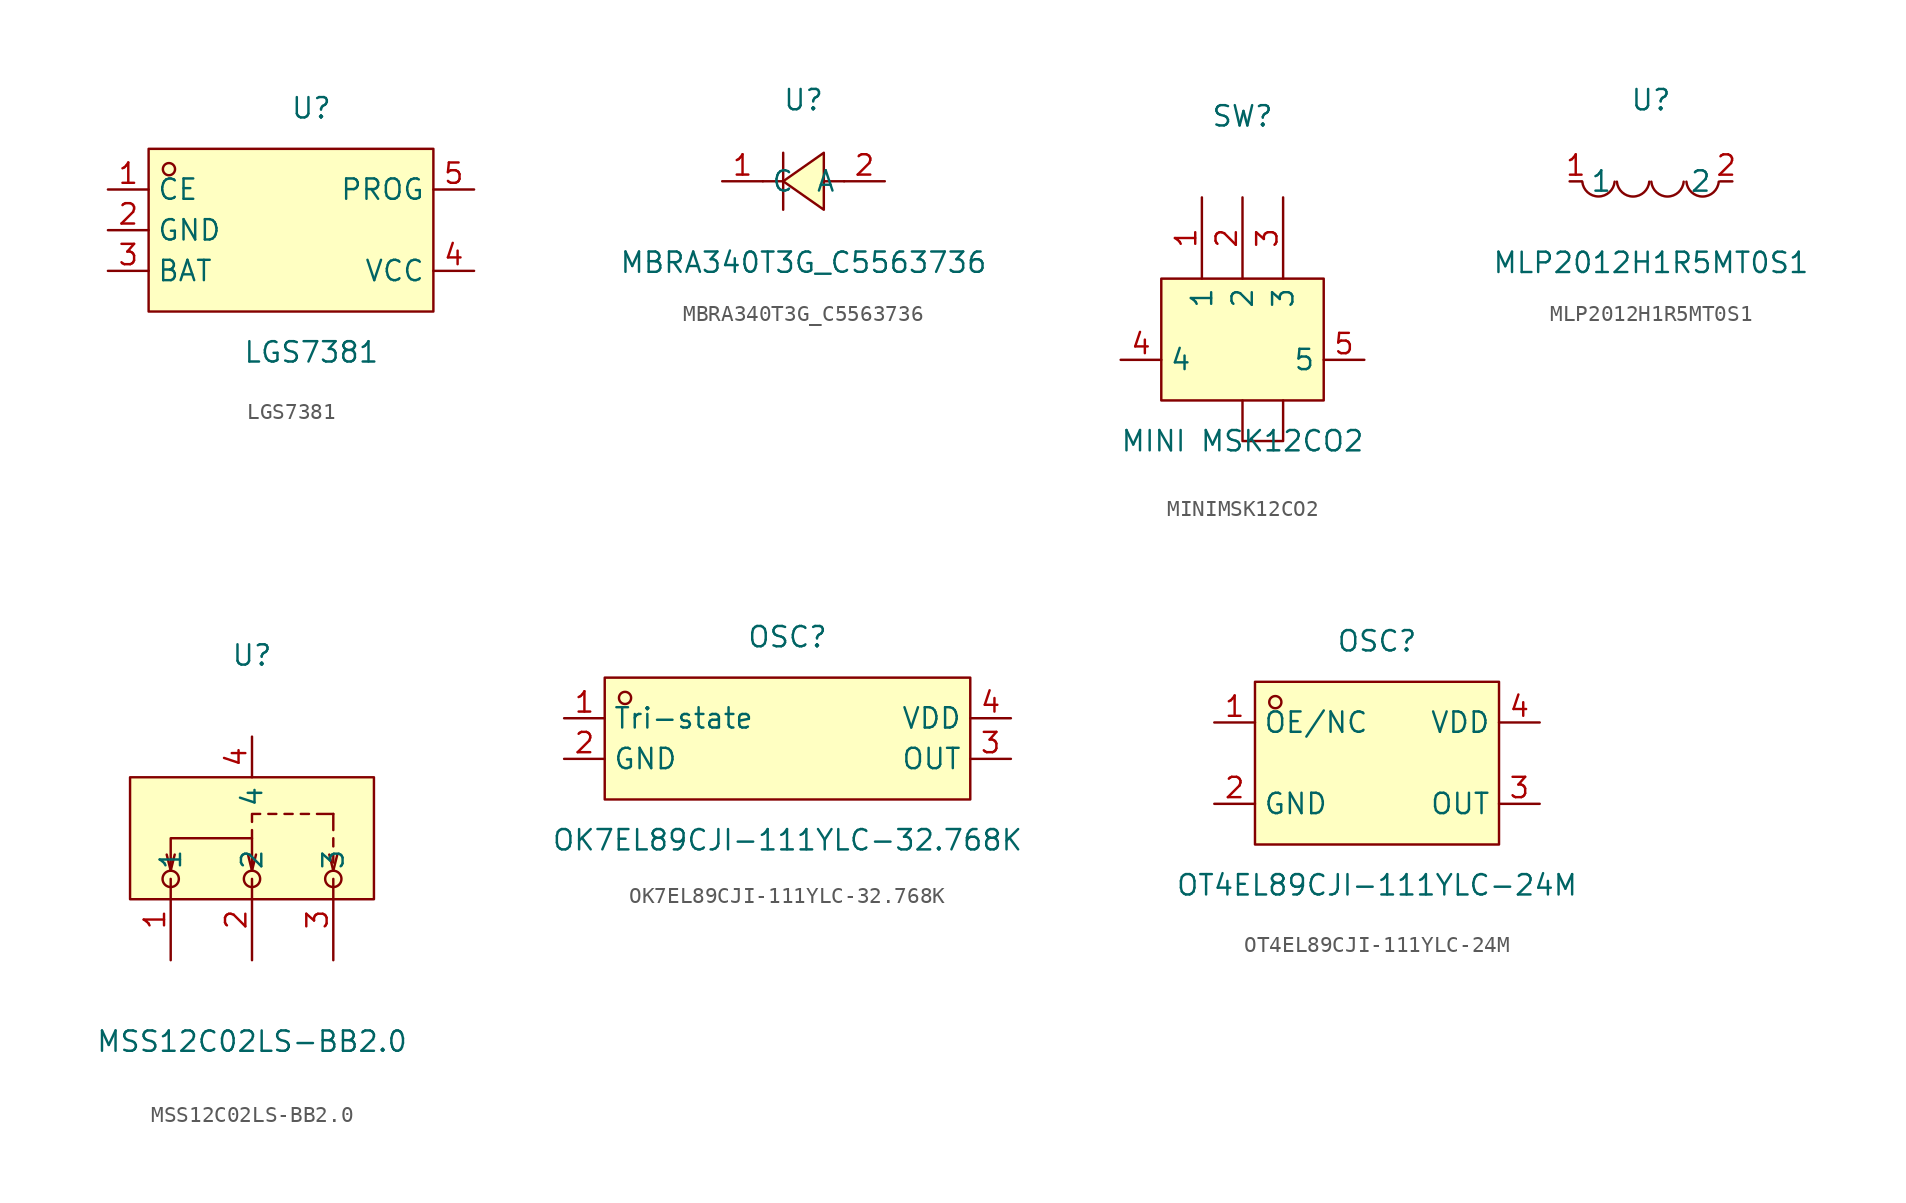
<source format=kicad_sym>
(kicad_symbol_lib
  (version 20211014)
  (generator https://github.com/uPesy/easyeda2kicad.py)
  (symbol "LGS7381"
    (property "Reference" "U"
      (at 0 7.62 0)
      (effects (font (size 1.27 1.27))))
    (property "Value" "LGS7381"
      (at 0 -7.62 0)
      (effects (font (size 1.27 1.27))))
    (symbol "LGS7381_0_1"
      (rectangle (start -10.16 5.08) (end 7.62 -5.08) (stroke (width 0) (type default) (color 0 0 0 0)) (fill (type background)))
      (circle (center -8.89 3.81) (radius 0.38) (stroke (width 0) (type default) (color 0 0 0 0)) (fill (type none)))
      (pin unspecified line (at 10.16 2.54 180) (length 2.54) (name "PROG" (effects (font (size 1.27 1.27)))) (number "5" (effects (font (size 1.27 1.27)))))
      (pin unspecified line (at 10.16 -2.54 180) (length 2.54) (name "VCC" (effects (font (size 1.27 1.27)))) (number "4" (effects (font (size 1.27 1.27)))))
      (pin unspecified line (at -12.70 -2.54 0) (length 2.54) (name "BAT" (effects (font (size 1.27 1.27)))) (number "3" (effects (font (size 1.27 1.27)))))
      (pin unspecified line (at -12.70 -0.00 0) (length 2.54) (name "GND" (effects (font (size 1.27 1.27)))) (number "2" (effects (font (size 1.27 1.27)))))
      (pin unspecified line (at -12.70 2.54 0) (length 2.54) (name "CE" (effects (font (size 1.27 1.27)))) (number "1" (effects (font (size 1.27 1.27)))))))
  (symbol "MBRA340T3G_C5563736"
    (property "Reference" "U"
      (at 0 5.08 0)
      (effects (font (size 1.27 1.27))))
    (property "Value" "MBRA340T3G_C5563736"
      (at 0 -5.08 0)
      (effects (font (size 1.27 1.27))))
    (symbol "MBRA340T3G_C5563736_0_1"
      (polyline (pts (xy 1.27 1.78) (xy -1.27 -0.00) (xy 1.27 -1.78) (xy 1.27 1.78)) (stroke (width 0) (type default) (color 0 0 0 0)) (fill (type background)))
      (polyline (pts (xy -1.27 1.78) (xy -1.27 1.78) (xy -1.27 1.78) (xy -1.27 -1.78) (xy -1.27 -1.78) (xy -1.27 -1.78)) (stroke (width 0) (type default) (color 0 0 0 0)) (fill (type none)))
      (polyline (pts (xy 2.54 -0.00) (xy 1.27 -0.00)) (stroke (width 0) (type default) (color 0 0 0 0)) (fill (type none)))
      (polyline (pts (xy -1.27 -0.00) (xy -2.54 -0.00)) (stroke (width 0) (type default) (color 0 0 0 0)) (fill (type none)))
      (pin unspecified line (at 5.08 -0.00 180) (length 2.54) (name "A" (effects (font (size 1.27 1.27)))) (number "2" (effects (font (size 1.27 1.27)))))
      (pin unspecified line (at -5.08 -0.00 0) (length 2.54) (name "C" (effects (font (size 1.27 1.27)))) (number "1" (effects (font (size 1.27 1.27)))))))
  (symbol "MINIMSK12CO2"
    (property "Reference" "SW"
      (at 0 12.70 0)
      (effects (font (size 1.27 1.27))))
    (property "Value" "MINI MSK12CO2"
      (at 0 -7.62 0)
      (effects (font (size 1.27 1.27))))
    (symbol "MINIMSK12CO2_0_1"
      (rectangle (start -5.08 2.54) (end 5.08 -5.08) (stroke (width 0) (type default) (color 0 0 0 0)) (fill (type background)))
      (polyline (pts (xy 0.00 -5.08) (xy 0.00 -7.62) (xy 2.54 -7.62) (xy 2.54 -5.08)) (stroke (width 0) (type default) (color 0 0 0 0)) (fill (type none)))
      (pin unspecified line (at 7.62 -2.54 180) (length 2.54) (name "5" (effects (font (size 1.27 1.27)))) (number "5" (effects (font (size 1.27 1.27)))))
      (pin unspecified line (at -7.62 -2.54 0) (length 2.54) (name "4" (effects (font (size 1.27 1.27)))) (number "4" (effects (font (size 1.27 1.27)))))
      (pin unspecified line (at 2.54 7.62 270) (length 5.08) (name "3" (effects (font (size 1.27 1.27)))) (number "3" (effects (font (size 1.27 1.27)))))
      (pin unspecified line (at 0.00 7.62 270) (length 5.08) (name "2" (effects (font (size 1.27 1.27)))) (number "2" (effects (font (size 1.27 1.27)))))
      (pin unspecified line (at -2.54 7.62 270) (length 5.08) (name "1" (effects (font (size 1.27 1.27)))) (number "1" (effects (font (size 1.27 1.27)))))))
  (symbol "MLP2012H1R5MT0S1"
    (property "Reference" "U"
      (at 0 5.08 0)
      (effects (font (size 1.27 1.27))))
    (property "Value" "MLP2012H1R5MT0S1"
      (at 0 -5.08 0)
      (effects (font (size 1.27 1.27))))
    (symbol "MLP2012H1R5MT0S1_0_1"
      (arc (start 2.21 -0.02) (mid 3.68 -1.01) (end 4.23 -0.02) (stroke (width 0) (type default) (color 0 0 0 0)) (fill (type none)))
      (arc (start 0.02 -0.02) (mid 1.49 -1.01) (end 2.04 -0.02) (stroke (width 0) (type default) (color 0 0 0 0)) (fill (type none)))
      (arc (start -2.13 -0.02) (mid -0.66 -1.01) (end -0.11 -0.02) (stroke (width 0) (type default) (color 0 0 0 0)) (fill (type none)))
      (arc (start -4.29 -0.02) (mid -2.81 -1.01) (end -2.27 -0.02) (stroke (width 0) (type default) (color 0 0 0 0)) (fill (type none)))
      (pin unspecified line (at -5.08 -0.00 0) (length 0.762) (name "1" (effects (font (size 1.27 1.27)))) (number "1" (effects (font (size 1.27 1.27)))))
      (pin unspecified line (at 5.08 -0.00 180) (length 0.762) (name "2" (effects (font (size 1.27 1.27)))) (number "2" (effects (font (size 1.27 1.27)))))))
  (symbol "MSS12C02LS-BB2.0"
    (property "Reference" "U"
      (at 0 12.70 0)
      (effects (font (size 1.27 1.27))))
    (property "Value" "MSS12C02LS-BB2.0"
      (at 0 -11.43 0)
      (effects (font (size 1.27 1.27))))
    (symbol "MSS12C02LS-BB2.0_0_1"
      (rectangle (start -7.62 5.08) (end 7.62 -2.54) (stroke (width 0) (type default) (color 0 0 0 0)) (fill (type background)))
      (circle (center 5.08 -1.27) (radius 0.51) (stroke (width 0) (type default) (color 0 0 0 0)) (fill (type none)))
      (circle (center 0.00 -1.27) (radius 0.51) (stroke (width 0) (type default) (color 0 0 0 0)) (fill (type none)))
      (circle (center -5.08 -1.27) (radius 0.51) (stroke (width 0) (type default) (color 0 0 0 0)) (fill (type none)))
      (polyline (pts (xy 5.08 -0.76) (xy 4.83 0.25)) (stroke (width 0) (type default) (color 0 0 0 0)) (fill (type none)))
      (polyline (pts (xy -5.08 -0.76) (xy -5.33 0.25)) (stroke (width 0) (type default) (color 0 0 0 0)) (fill (type none)))
      (polyline (pts (xy -5.08 -0.76) (xy -4.83 0.25)) (stroke (width 0) (type default) (color 0 0 0 0)) (fill (type none)))
      (polyline (pts (xy 0.00 -0.76) (xy -0.25 0.25)) (stroke (width 0) (type default) (color 0 0 0 0)) (fill (type none)))
      (polyline (pts (xy 0.00 -0.76) (xy 0.25 0.25)) (stroke (width 0) (type default) (color 0 0 0 0)) (fill (type none)))
      (polyline (pts (xy -5.08 -0.76) (xy -5.08 1.27) (xy 0.00 1.27) (xy 0.00 -0.76)) (stroke (width 0) (type default) (color 0 0 0 0)) (fill (type none)))
      (polyline (pts (xy 5.08 -0.76) (xy 5.33 0.25)) (stroke (width 0) (type default) (color 0 0 0 0)) (fill (type none)))
      (polyline (pts (xy 0.00 1.27) (xy 0.00 1.78)) (stroke (width 0) (type default) (color 0 0 0 0)) (fill (type none)))
      (polyline (pts (xy 0.00 2.29) (xy 0.00 2.79) (xy 0.51 2.79)) (stroke (width 0) (type default) (color 0 0 0 0)) (fill (type none)))
      (polyline (pts (xy 1.02 2.79) (xy 1.52 2.79)) (stroke (width 0) (type default) (color 0 0 0 0)) (fill (type none)))
      (polyline (pts (xy 2.03 2.79) (xy 2.54 2.79)) (stroke (width 0) (type default) (color 0 0 0 0)) (fill (type none)))
      (polyline (pts (xy 3.05 2.79) (xy 3.56 2.79)) (stroke (width 0) (type default) (color 0 0 0 0)) (fill (type none)))
      (polyline (pts (xy 4.06 2.79) (xy 5.08 2.79)) (stroke (width 0) (type default) (color 0 0 0 0)) (fill (type none)))
      (polyline (pts (xy 5.08 2.79) (xy 5.08 1.78)) (stroke (width 0) (type default) (color 0 0 0 0)) (fill (type none)))
      (polyline (pts (xy 5.08 -0.25) (xy 5.08 0.25)) (stroke (width 0) (type default) (color 0 0 0 0)) (fill (type none)))
      (polyline (pts (xy 5.08 0.76) (xy 5.08 1.27)) (stroke (width 0) (type default) (color 0 0 0 0)) (fill (type none)))
      (pin unspecified line (at 0.00 7.62 270) (length 2.54) (name "4" (effects (font (size 1.27 1.27)))) (number "4" (effects (font (size 1.27 1.27)))))
      (pin unspecified line (at 5.08 -6.35 90) (length 5.08) (name "3" (effects (font (size 1.27 1.27)))) (number "3" (effects (font (size 1.27 1.27)))))
      (pin unspecified line (at 0.00 -6.35 90) (length 5.08) (name "2" (effects (font (size 1.27 1.27)))) (number "2" (effects (font (size 1.27 1.27)))))
      (pin unspecified line (at -5.08 -6.35 90) (length 5.08) (name "1" (effects (font (size 1.27 1.27)))) (number "1" (effects (font (size 1.27 1.27)))))))
  (symbol "OK7EL89CJI-111YLC-32.768K"
    (property "Reference" "OSC"
      (at 0 6.35 0)
      (effects (font (size 1.27 1.27))))
    (property "Value" "OK7EL89CJI-111YLC-32.768K"
      (at 0 -6.35 0)
      (effects (font (size 1.27 1.27))))
    (symbol "OK7EL89CJI-111YLC-32.768K_0_1"
      (rectangle (start -11.43 3.81) (end 11.43 -3.81) (stroke (width 0) (type default) (color 0 0 0 0)) (fill (type background)))
      (circle (center -10.16 2.54) (radius 0.38) (stroke (width 0) (type default) (color 0 0 0 0)) (fill (type none)))
      (pin unspecified line (at -13.97 1.27 0) (length 2.54) (name "Tri-state" (effects (font (size 1.27 1.27)))) (number "1" (effects (font (size 1.27 1.27)))))
      (pin unspecified line (at -13.97 -1.27 0) (length 2.54) (name "GND" (effects (font (size 1.27 1.27)))) (number "2" (effects (font (size 1.27 1.27)))))
      (pin unspecified line (at 13.97 -1.27 180) (length 2.54) (name "OUT" (effects (font (size 1.27 1.27)))) (number "3" (effects (font (size 1.27 1.27)))))
      (pin unspecified line (at 13.97 1.27 180) (length 2.54) (name "VDD" (effects (font (size 1.27 1.27)))) (number "4" (effects (font (size 1.27 1.27)))))))
  (symbol "OT4EL89CJI-111YLC-24M"
    (property "Reference" "OSC"
      (at 0 7.62 0)
      (effects (font (size 1.27 1.27))))
    (property "Value" "OT4EL89CJI-111YLC-24M"
      (at 0 -7.62 0)
      (effects (font (size 1.27 1.27))))
    (symbol "OT4EL89CJI-111YLC-24M_0_1"
      (rectangle (start -7.62 5.08) (end 7.62 -5.08) (stroke (width 0) (type default) (color 0 0 0 0)) (fill (type background)))
      (circle (center -6.35 3.81) (radius 0.38) (stroke (width 0) (type default) (color 0 0 0 0)) (fill (type none)))
      (pin unspecified line (at -10.16 2.54 0) (length 2.54) (name "OE/NC" (effects (font (size 1.27 1.27)))) (number "1" (effects (font (size 1.27 1.27)))))
      (pin unspecified line (at -10.16 -2.54 0) (length 2.54) (name "GND" (effects (font (size 1.27 1.27)))) (number "2" (effects (font (size 1.27 1.27)))))
      (pin unspecified line (at 10.16 -2.54 180) (length 2.54) (name "OUT" (effects (font (size 1.27 1.27)))) (number "3" (effects (font (size 1.27 1.27)))))
      (pin unspecified line (at 10.16 2.54 180) (length 2.54) (name "VDD" (effects (font (size 1.27 1.27)))) (number "4" (effects (font (size 1.27 1.27))))))))
</source>
